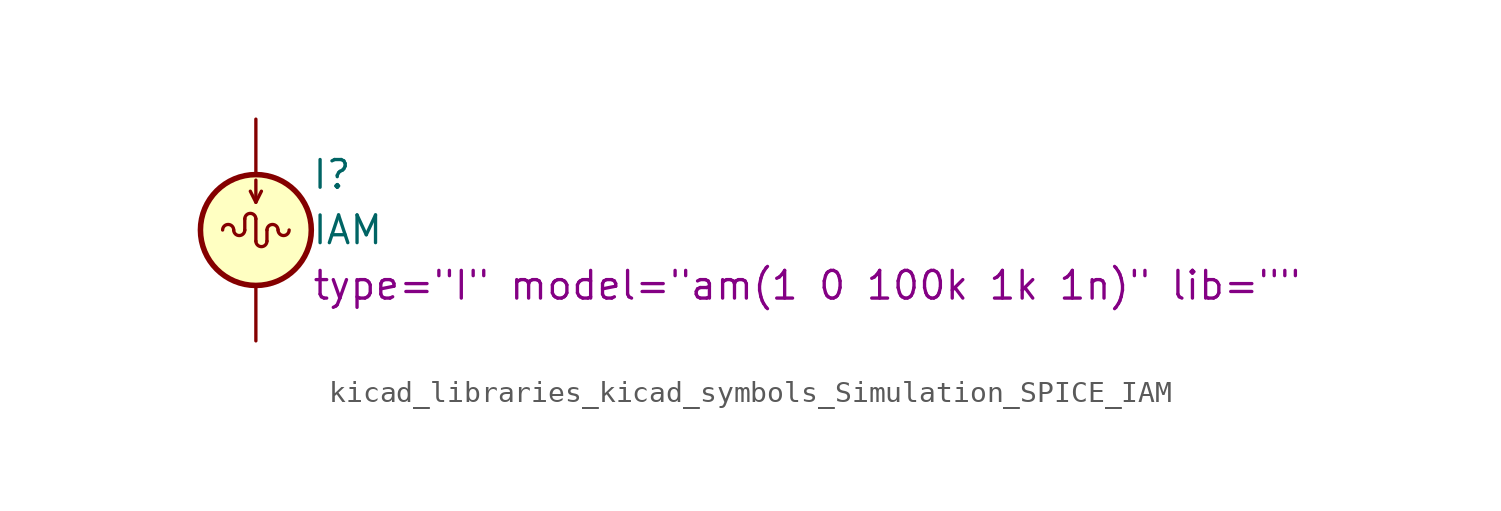
<source format=kicad_sym>
(kicad_symbol_lib
  (version 20220914)
  (generator kicad_symbol_editor)
  (symbol "kicad_libraries_kicad_symbols_Simulation_SPICE_IAM"
    (pin_numbers hide)
    (pin_names
      (offset 0.025))
    (property "Reference" "I"
      (at 2.54 2.54 0)
      (effects (font (size 1.27 1.27)) (justify left)))
    (property "Value" "IAM"
      (at 2.54 0 0)
      (effects (font (size 1.27 1.27)) (justify left)))
    (property "Sim.Params" "type=\"I\" model=\"am(1 0 100k 1k 1n)\" lib=\"\""
      (at 2.54 -2.54 0)
      (effects (font (size 1.27 1.27)) (justify left)))
    (symbol "kicad_libraries_kicad_symbols_Simulation_SPICE_IAM_0_0"
      (arc (start 0 0.508) (mid -0.254 0.7609) (end -0.508 0.508) (stroke (width 0) (type default)) (fill (type none))))
    (symbol "kicad_libraries_kicad_symbols_Simulation_SPICE_IAM_0_1"
      (arc (start -1.016 0) (mid -1.27 0.2529) (end -1.524 0) (stroke (width 0) (type default)) (fill (type none)))
      (arc (start -1.016 0) (mid -0.762 -0.2529) (end -0.508 0) (stroke (width 0) (type default)) (fill (type none)))
      (arc (start 0 -0.508) (mid 0.254 -0.7609) (end 0.508 -0.508) (stroke (width 0) (type default)) (fill (type none)))
      (polyline (pts (xy -0.508 0.508) (xy -0.508 0)) (stroke (width 0) (type default)) (fill (type none)))
      (polyline (pts (xy 0 0.508) (xy 0 -0.508)) (stroke (width 0) (type default)) (fill (type none)))
      (polyline (pts (xy 0 1.27) (xy 0 2.286)) (stroke (width 0) (type default)) (fill (type none)))
      (polyline (pts (xy 0.508 -0.508) (xy 0.508 0)) (stroke (width 0) (type default)) (fill (type none)))
      (polyline (pts (xy -0.254 1.778) (xy 0 1.27) (xy 0.254 1.778)) (stroke (width 0) (type default)) (fill (type none)))
      (circle (center 0 0) (radius 2.54) (stroke (width 0.254) (type default)) (fill (type background)))
      (arc (start 1.016 0) (mid 0.762 0.2529) (end 0.508 0) (stroke (width 0) (type default)) (fill (type none)))
      (arc (start 1.016 0) (mid 1.27 -0.2529) (end 1.524 0) (stroke (width 0) (type default)) (fill (type none))))
    (symbol "kicad_libraries_kicad_symbols_Simulation_SPICE_IAM_1_1"
      (pin passive line (at 0 5.08 270) (length 2.54) (name "~" (effects (font (size 1.27 1.27)))) (number "1" (effects (font (size 1.27 1.27)))))
      (pin passive line (at 0 -5.08 90) (length 2.54) (name "~" (effects (font (size 1.27 1.27)))) (number "2" (effects (font (size 1.27 1.27))))))))
</source>
